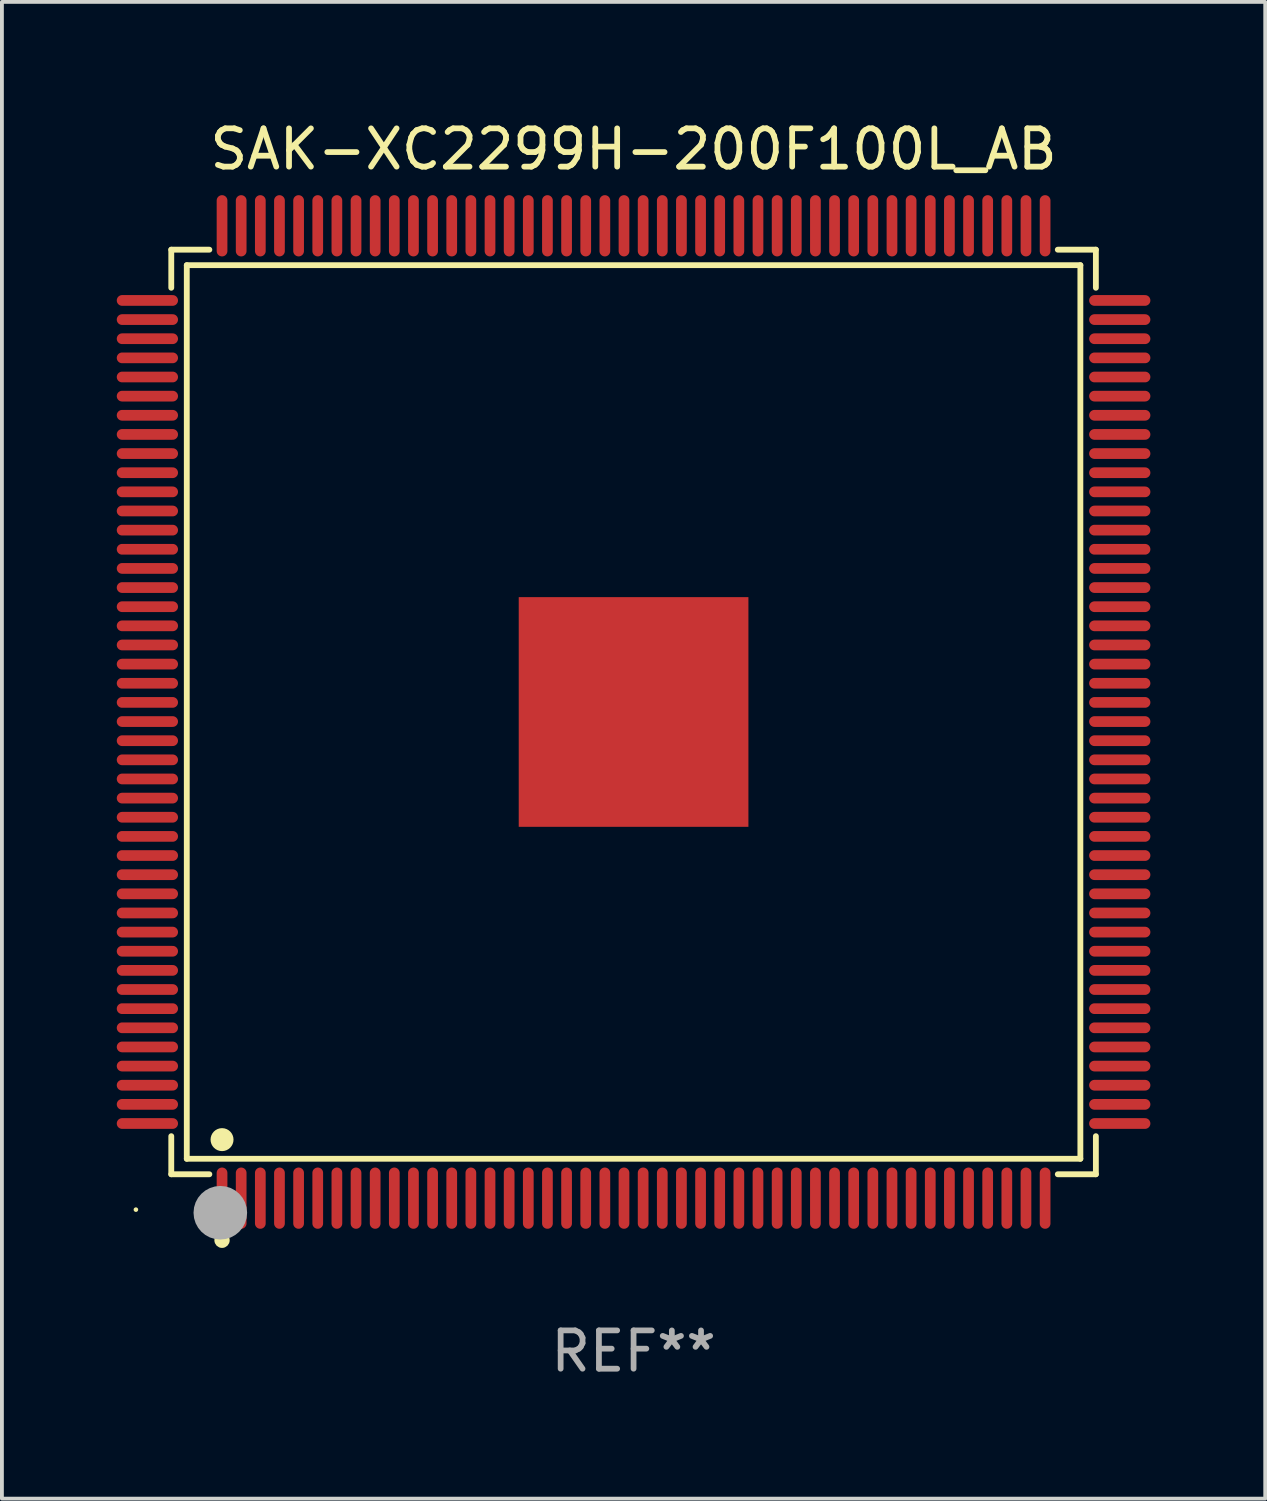
<source format=kicad_pcb>
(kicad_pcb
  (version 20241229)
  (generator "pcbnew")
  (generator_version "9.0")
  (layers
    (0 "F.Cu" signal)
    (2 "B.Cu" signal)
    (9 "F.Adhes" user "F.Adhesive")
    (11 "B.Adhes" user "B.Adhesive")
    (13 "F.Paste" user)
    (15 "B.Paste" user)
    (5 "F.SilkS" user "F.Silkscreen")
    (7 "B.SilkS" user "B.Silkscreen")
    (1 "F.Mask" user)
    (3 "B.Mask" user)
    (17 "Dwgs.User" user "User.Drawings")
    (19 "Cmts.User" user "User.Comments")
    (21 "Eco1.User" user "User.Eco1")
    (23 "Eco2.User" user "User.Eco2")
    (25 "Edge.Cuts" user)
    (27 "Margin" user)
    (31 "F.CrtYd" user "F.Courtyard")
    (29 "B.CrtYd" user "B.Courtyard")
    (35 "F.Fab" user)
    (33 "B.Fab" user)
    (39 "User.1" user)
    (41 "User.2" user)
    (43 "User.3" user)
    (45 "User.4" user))
  (footprint "SAK-XC2299H-200F100L_AB"
    (layer "F.Cu")
    (at 13.5 15.548)
    (property "Reference" "SAK-XC2299H-200F100L_AB" (at 0 -14.7 0) (layer "F.SilkS") (effects (font (size 1 1) (thickness 0.15))))
    (attr through_hole)
    (fp_line (start -12.076 -12.076) (end -11.081 -12.076) (stroke (width 0.152) (type solid)) (layer "F.SilkS"))
    (fp_line (start -12.076 -11.081) (end -12.076 -12.076) (stroke (width 0.152) (type solid)) (layer "F.SilkS"))
    (fp_line (start -12.076 11.081) (end -12.076 12.076) (stroke (width 0.152) (type solid)) (layer "F.SilkS"))
    (fp_line (start -12.076 12.076) (end -11.081 12.076) (stroke (width 0.152) (type solid)) (layer "F.SilkS"))
    (fp_line (start -11.671 -11.671) (end 11.671 -11.671) (stroke (width 0.152) (type solid)) (layer "F.SilkS"))
    (fp_line (start -11.671 11.671) (end -11.671 -11.671) (stroke (width 0.152) (type solid)) (layer "F.SilkS"))
    (fp_line (start 11.671 -11.671) (end 11.671 11.671) (stroke (width 0.152) (type solid)) (layer "F.SilkS"))
    (fp_line (start 11.671 11.671) (end -11.671 11.671) (stroke (width 0.152) (type solid)) (layer "F.SilkS"))
    (fp_line (start 12.076 -12.076) (end 11.081 -12.076) (stroke (width 0.152) (type solid)) (layer "F.SilkS"))
    (fp_line (start 12.076 -11.081) (end 12.076 -12.076) (stroke (width 0.152) (type solid)) (layer "F.SilkS"))
    (fp_line (start 12.076 11.081) (end 12.076 12.076) (stroke (width 0.152) (type solid)) (layer "F.SilkS"))
    (fp_line (start 12.076 12.076) (end 11.081 12.076) (stroke (width 0.152) (type solid)) (layer "F.SilkS"))
    (fp_circle (center -13 13) (end -12.97 13) (stroke (width 0.06) (type solid)) (fill no) (layer "F.SilkS"))
    (fp_circle (center -10.75 11.171) (end -10.6 11.171) (stroke (width 0.3) (type solid)) (fill no) (layer "F.SilkS"))
    (fp_circle (center -10.75 13.8) (end -10.65 13.8) (stroke (width 0.2) (type solid)) (fill no) (layer "F.SilkS"))
    (fp_circle (center -10.795 13.081) (end -10.445 13.081) (stroke (width 0.7) (type solid)) (fill no) (layer "F.Fab"))
    (fp_text user "REF**" (at 0 16.7 0) (layer "F.Fab") (effects (font (size 1 1) (thickness 0.15))))
    (pad "1" smd oval (at -10.75 12.7) (size 0.28 1.6) (layers "F.Cu" "F.Mask" "F.Paste"))
    (pad "2" smd oval (at -10.25 12.7) (size 0.28 1.6) (layers "F.Cu" "F.Mask" "F.Paste"))
    (pad "3" smd oval (at -9.75 12.7) (size 0.28 1.6) (layers "F.Cu" "F.Mask" "F.Paste"))
    (pad "4" smd oval (at -9.25 12.7) (size 0.28 1.6) (layers "F.Cu" "F.Mask" "F.Paste"))
    (pad "5" smd oval (at -8.75 12.7) (size 0.28 1.6) (layers "F.Cu" "F.Mask" "F.Paste"))
    (pad "6" smd oval (at -8.25 12.7) (size 0.28 1.6) (layers "F.Cu" "F.Mask" "F.Paste"))
    (pad "7" smd oval (at -7.75 12.7) (size 0.28 1.6) (layers "F.Cu" "F.Mask" "F.Paste"))
    (pad "8" smd oval (at -7.25 12.7) (size 0.28 1.6) (layers "F.Cu" "F.Mask" "F.Paste"))
    (pad "9" smd oval (at -6.75 12.7) (size 0.28 1.6) (layers "F.Cu" "F.Mask" "F.Paste"))
    (pad "10" smd oval (at -6.25 12.7) (size 0.28 1.6) (layers "F.Cu" "F.Mask" "F.Paste"))
    (pad "11" smd oval (at -5.75 12.7) (size 0.28 1.6) (layers "F.Cu" "F.Mask" "F.Paste"))
    (pad "12" smd oval (at -5.25 12.7) (size 0.28 1.6) (layers "F.Cu" "F.Mask" "F.Paste"))
    (pad "13" smd oval (at -4.75 12.7) (size 0.28 1.6) (layers "F.Cu" "F.Mask" "F.Paste"))
    (pad "14" smd oval (at -4.25 12.7) (size 0.28 1.6) (layers "F.Cu" "F.Mask" "F.Paste"))
    (pad "15" smd oval (at -3.75 12.7) (size 0.28 1.6) (layers "F.Cu" "F.Mask" "F.Paste"))
    (pad "16" smd oval (at -3.25 12.7) (size 0.28 1.6) (layers "F.Cu" "F.Mask" "F.Paste"))
    (pad "17" smd oval (at -2.75 12.7) (size 0.28 1.6) (layers "F.Cu" "F.Mask" "F.Paste"))
    (pad "18" smd oval (at -2.25 12.7) (size 0.28 1.6) (layers "F.Cu" "F.Mask" "F.Paste"))
    (pad "19" smd oval (at -1.75 12.7) (size 0.28 1.6) (layers "F.Cu" "F.Mask" "F.Paste"))
    (pad "20" smd oval (at -1.25 12.7) (size 0.28 1.6) (layers "F.Cu" "F.Mask" "F.Paste"))
    (pad "21" smd oval (at -0.75 12.7) (size 0.28 1.6) (layers "F.Cu" "F.Mask" "F.Paste"))
    (pad "22" smd oval (at -0.25 12.7) (size 0.28 1.6) (layers "F.Cu" "F.Mask" "F.Paste"))
    (pad "23" smd oval (at 0.25 12.7) (size 0.28 1.6) (layers "F.Cu" "F.Mask" "F.Paste"))
    (pad "24" smd oval (at 0.75 12.7) (size 0.28 1.6) (layers "F.Cu" "F.Mask" "F.Paste"))
    (pad "25" smd oval (at 1.25 12.7) (size 0.28 1.6) (layers "F.Cu" "F.Mask" "F.Paste"))
    (pad "26" smd oval (at 1.75 12.7) (size 0.28 1.6) (layers "F.Cu" "F.Mask" "F.Paste"))
    (pad "27" smd oval (at 2.25 12.7) (size 0.28 1.6) (layers "F.Cu" "F.Mask" "F.Paste"))
    (pad "28" smd oval (at 2.75 12.7) (size 0.28 1.6) (layers "F.Cu" "F.Mask" "F.Paste"))
    (pad "29" smd oval (at 3.25 12.7) (size 0.28 1.6) (layers "F.Cu" "F.Mask" "F.Paste"))
    (pad "30" smd oval (at 3.75 12.7) (size 0.28 1.6) (layers "F.Cu" "F.Mask" "F.Paste"))
    (pad "31" smd oval (at 4.25 12.7) (size 0.28 1.6) (layers "F.Cu" "F.Mask" "F.Paste"))
    (pad "32" smd oval (at 4.75 12.7) (size 0.28 1.6) (layers "F.Cu" "F.Mask" "F.Paste"))
    (pad "33" smd oval (at 5.25 12.7) (size 0.28 1.6) (layers "F.Cu" "F.Mask" "F.Paste"))
    (pad "34" smd oval (at 5.75 12.7) (size 0.28 1.6) (layers "F.Cu" "F.Mask" "F.Paste"))
    (pad "35" smd oval (at 6.25 12.7) (size 0.28 1.6) (layers "F.Cu" "F.Mask" "F.Paste"))
    (pad "36" smd oval (at 6.75 12.7) (size 0.28 1.6) (layers "F.Cu" "F.Mask" "F.Paste"))
    (pad "37" smd oval (at 7.25 12.7) (size 0.28 1.6) (layers "F.Cu" "F.Mask" "F.Paste"))
    (pad "38" smd oval (at 7.75 12.7) (size 0.28 1.6) (layers "F.Cu" "F.Mask" "F.Paste"))
    (pad "39" smd oval (at 8.25 12.7) (size 0.28 1.6) (layers "F.Cu" "F.Mask" "F.Paste"))
    (pad "40" smd oval (at 8.75 12.7) (size 0.28 1.6) (layers "F.Cu" "F.Mask" "F.Paste"))
    (pad "41" smd oval (at 9.25 12.7) (size 0.28 1.6) (layers "F.Cu" "F.Mask" "F.Paste"))
    (pad "42" smd oval (at 9.75 12.7) (size 0.28 1.6) (layers "F.Cu" "F.Mask" "F.Paste"))
    (pad "43" smd oval (at 10.25 12.7) (size 0.28 1.6) (layers "F.Cu" "F.Mask" "F.Paste"))
    (pad "44" smd oval (at 10.75 12.7) (size 0.28 1.6) (layers "F.Cu" "F.Mask" "F.Paste"))
    (pad "45" smd oval (at 12.7 10.75) (size 1.6 0.28) (layers "F.Cu" "F.Mask" "F.Paste"))
    (pad "46" smd oval (at 12.7 10.25) (size 1.6 0.28) (layers "F.Cu" "F.Mask" "F.Paste"))
    (pad "47" smd oval (at 12.7 9.75) (size 1.6 0.28) (layers "F.Cu" "F.Mask" "F.Paste"))
    (pad "48" smd oval (at 12.7 9.25) (size 1.6 0.28) (layers "F.Cu" "F.Mask" "F.Paste"))
    (pad "49" smd oval (at 12.7 8.75) (size 1.6 0.28) (layers "F.Cu" "F.Mask" "F.Paste"))
    (pad "50" smd oval (at 12.7 8.25) (size 1.6 0.28) (layers "F.Cu" "F.Mask" "F.Paste"))
    (pad "51" smd oval (at 12.7 7.75) (size 1.6 0.28) (layers "F.Cu" "F.Mask" "F.Paste"))
    (pad "52" smd oval (at 12.7 7.25) (size 1.6 0.28) (layers "F.Cu" "F.Mask" "F.Paste"))
    (pad "53" smd oval (at 12.7 6.75) (size 1.6 0.28) (layers "F.Cu" "F.Mask" "F.Paste"))
    (pad "54" smd oval (at 12.7 6.25) (size 1.6 0.28) (layers "F.Cu" "F.Mask" "F.Paste"))
    (pad "55" smd oval (at 12.7 5.75) (size 1.6 0.28) (layers "F.Cu" "F.Mask" "F.Paste"))
    (pad "56" smd oval (at 12.7 5.25) (size 1.6 0.28) (layers "F.Cu" "F.Mask" "F.Paste"))
    (pad "57" smd oval (at 12.7 4.75) (size 1.6 0.28) (layers "F.Cu" "F.Mask" "F.Paste"))
    (pad "58" smd oval (at 12.7 4.25) (size 1.6 0.28) (layers "F.Cu" "F.Mask" "F.Paste"))
    (pad "59" smd oval (at 12.7 3.75) (size 1.6 0.28) (layers "F.Cu" "F.Mask" "F.Paste"))
    (pad "60" smd oval (at 12.7 3.25) (size 1.6 0.28) (layers "F.Cu" "F.Mask" "F.Paste"))
    (pad "61" smd oval (at 12.7 2.75) (size 1.6 0.28) (layers "F.Cu" "F.Mask" "F.Paste"))
    (pad "62" smd oval (at 12.7 2.25) (size 1.6 0.28) (layers "F.Cu" "F.Mask" "F.Paste"))
    (pad "63" smd oval (at 12.7 1.75) (size 1.6 0.28) (layers "F.Cu" "F.Mask" "F.Paste"))
    (pad "64" smd oval (at 12.7 1.25) (size 1.6 0.28) (layers "F.Cu" "F.Mask" "F.Paste"))
    (pad "65" smd oval (at 12.7 0.75) (size 1.6 0.28) (layers "F.Cu" "F.Mask" "F.Paste"))
    (pad "66" smd oval (at 12.7 0.25) (size 1.6 0.28) (layers "F.Cu" "F.Mask" "F.Paste"))
    (pad "67" smd oval (at 12.7 -0.25) (size 1.6 0.28) (layers "F.Cu" "F.Mask" "F.Paste"))
    (pad "68" smd oval (at 12.7 -0.75) (size 1.6 0.28) (layers "F.Cu" "F.Mask" "F.Paste"))
    (pad "69" smd oval (at 12.7 -1.25) (size 1.6 0.28) (layers "F.Cu" "F.Mask" "F.Paste"))
    (pad "70" smd oval (at 12.7 -1.75) (size 1.6 0.28) (layers "F.Cu" "F.Mask" "F.Paste"))
    (pad "71" smd oval (at 12.7 -2.25) (size 1.6 0.28) (layers "F.Cu" "F.Mask" "F.Paste"))
    (pad "72" smd oval (at 12.7 -2.75) (size 1.6 0.28) (layers "F.Cu" "F.Mask" "F.Paste"))
    (pad "73" smd oval (at 12.7 -3.25) (size 1.6 0.28) (layers "F.Cu" "F.Mask" "F.Paste"))
    (pad "74" smd oval (at 12.7 -3.75) (size 1.6 0.28) (layers "F.Cu" "F.Mask" "F.Paste"))
    (pad "75" smd oval (at 12.7 -4.25) (size 1.6 0.28) (layers "F.Cu" "F.Mask" "F.Paste"))
    (pad "76" smd oval (at 12.7 -4.75) (size 1.6 0.28) (layers "F.Cu" "F.Mask" "F.Paste"))
    (pad "77" smd oval (at 12.7 -5.25) (size 1.6 0.28) (layers "F.Cu" "F.Mask" "F.Paste"))
    (pad "78" smd oval (at 12.7 -5.75) (size 1.6 0.28) (layers "F.Cu" "F.Mask" "F.Paste"))
    (pad "79" smd oval (at 12.7 -6.25) (size 1.6 0.28) (layers "F.Cu" "F.Mask" "F.Paste"))
    (pad "80" smd oval (at 12.7 -6.75) (size 1.6 0.28) (layers "F.Cu" "F.Mask" "F.Paste"))
    (pad "81" smd oval (at 12.7 -7.25) (size 1.6 0.28) (layers "F.Cu" "F.Mask" "F.Paste"))
    (pad "82" smd oval (at 12.7 -7.75) (size 1.6 0.28) (layers "F.Cu" "F.Mask" "F.Paste"))
    (pad "83" smd oval (at 12.7 -8.25) (size 1.6 0.28) (layers "F.Cu" "F.Mask" "F.Paste"))
    (pad "84" smd oval (at 12.7 -8.75) (size 1.6 0.28) (layers "F.Cu" "F.Mask" "F.Paste"))
    (pad "85" smd oval (at 12.7 -9.25) (size 1.6 0.28) (layers "F.Cu" "F.Mask" "F.Paste"))
    (pad "86" smd oval (at 12.7 -9.75) (size 1.6 0.28) (layers "F.Cu" "F.Mask" "F.Paste"))
    (pad "87" smd oval (at 12.7 -10.25) (size 1.6 0.28) (layers "F.Cu" "F.Mask" "F.Paste"))
    (pad "88" smd oval (at 12.7 -10.75) (size 1.6 0.28) (layers "F.Cu" "F.Mask" "F.Paste"))
    (pad "89" smd oval (at 10.75 -12.7) (size 0.28 1.6) (layers "F.Cu" "F.Mask" "F.Paste"))
    (pad "90" smd oval (at 10.25 -12.7) (size 0.28 1.6) (layers "F.Cu" "F.Mask" "F.Paste"))
    (pad "91" smd oval (at 9.75 -12.7) (size 0.28 1.6) (layers "F.Cu" "F.Mask" "F.Paste"))
    (pad "92" smd oval (at 9.25 -12.7) (size 0.28 1.6) (layers "F.Cu" "F.Mask" "F.Paste"))
    (pad "93" smd oval (at 8.75 -12.7) (size 0.28 1.6) (layers "F.Cu" "F.Mask" "F.Paste"))
    (pad "94" smd oval (at 8.25 -12.7) (size 0.28 1.6) (layers "F.Cu" "F.Mask" "F.Paste"))
    (pad "95" smd oval (at 7.75 -12.7) (size 0.28 1.6) (layers "F.Cu" "F.Mask" "F.Paste"))
    (pad "96" smd oval (at 7.25 -12.7) (size 0.28 1.6) (layers "F.Cu" "F.Mask" "F.Paste"))
    (pad "97" smd oval (at 6.75 -12.7) (size 0.28 1.6) (layers "F.Cu" "F.Mask" "F.Paste"))
    (pad "98" smd oval (at 6.25 -12.7) (size 0.28 1.6) (layers "F.Cu" "F.Mask" "F.Paste"))
    (pad "99" smd oval (at 5.75 -12.7) (size 0.28 1.6) (layers "F.Cu" "F.Mask" "F.Paste"))
    (pad "100" smd oval (at 5.25 -12.7) (size 0.28 1.6) (layers "F.Cu" "F.Mask" "F.Paste"))
    (pad "101" smd oval (at 4.75 -12.7) (size 0.28 1.6) (layers "F.Cu" "F.Mask" "F.Paste"))
    (pad "102" smd oval (at 4.25 -12.7) (size 0.28 1.6) (layers "F.Cu" "F.Mask" "F.Paste"))
    (pad "103" smd oval (at 3.75 -12.7) (size 0.28 1.6) (layers "F.Cu" "F.Mask" "F.Paste"))
    (pad "104" smd oval (at 3.25 -12.7) (size 0.28 1.6) (layers "F.Cu" "F.Mask" "F.Paste"))
    (pad "105" smd oval (at 2.75 -12.7) (size 0.28 1.6) (layers "F.Cu" "F.Mask" "F.Paste"))
    (pad "106" smd oval (at 2.25 -12.7) (size 0.28 1.6) (layers "F.Cu" "F.Mask" "F.Paste"))
    (pad "107" smd oval (at 1.75 -12.7) (size 0.28 1.6) (layers "F.Cu" "F.Mask" "F.Paste"))
    (pad "108" smd oval (at 1.25 -12.7) (size 0.28 1.6) (layers "F.Cu" "F.Mask" "F.Paste"))
    (pad "109" smd oval (at 0.75 -12.7) (size 0.28 1.6) (layers "F.Cu" "F.Mask" "F.Paste"))
    (pad "110" smd oval (at 0.25 -12.7) (size 0.28 1.6) (layers "F.Cu" "F.Mask" "F.Paste"))
    (pad "111" smd oval (at -0.25 -12.7) (size 0.28 1.6) (layers "F.Cu" "F.Mask" "F.Paste"))
    (pad "112" smd oval (at -0.75 -12.7) (size 0.28 1.6) (layers "F.Cu" "F.Mask" "F.Paste"))
    (pad "113" smd oval (at -1.25 -12.7) (size 0.28 1.6) (layers "F.Cu" "F.Mask" "F.Paste"))
    (pad "114" smd oval (at -1.75 -12.7) (size 0.28 1.6) (layers "F.Cu" "F.Mask" "F.Paste"))
    (pad "115" smd oval (at -2.25 -12.7) (size 0.28 1.6) (layers "F.Cu" "F.Mask" "F.Paste"))
    (pad "116" smd oval (at -2.75 -12.7) (size 0.28 1.6) (layers "F.Cu" "F.Mask" "F.Paste"))
    (pad "117" smd oval (at -3.25 -12.7) (size 0.28 1.6) (layers "F.Cu" "F.Mask" "F.Paste"))
    (pad "118" smd oval (at -3.75 -12.7) (size 0.28 1.6) (layers "F.Cu" "F.Mask" "F.Paste"))
    (pad "119" smd oval (at -4.25 -12.7) (size 0.28 1.6) (layers "F.Cu" "F.Mask" "F.Paste"))
    (pad "120" smd oval (at -4.75 -12.7) (size 0.28 1.6) (layers "F.Cu" "F.Mask" "F.Paste"))
    (pad "121" smd oval (at -5.25 -12.7) (size 0.28 1.6) (layers "F.Cu" "F.Mask" "F.Paste"))
    (pad "122" smd oval (at -5.75 -12.7) (size 0.28 1.6) (layers "F.Cu" "F.Mask" "F.Paste"))
    (pad "123" smd oval (at -6.25 -12.7) (size 0.28 1.6) (layers "F.Cu" "F.Mask" "F.Paste"))
    (pad "124" smd oval (at -6.75 -12.7) (size 0.28 1.6) (layers "F.Cu" "F.Mask" "F.Paste"))
    (pad "125" smd oval (at -7.25 -12.7) (size 0.28 1.6) (layers "F.Cu" "F.Mask" "F.Paste"))
    (pad "126" smd oval (at -7.75 -12.7) (size 0.28 1.6) (layers "F.Cu" "F.Mask" "F.Paste"))
    (pad "127" smd oval (at -8.25 -12.7) (size 0.28 1.6) (layers "F.Cu" "F.Mask" "F.Paste"))
    (pad "128" smd oval (at -8.75 -12.7) (size 0.28 1.6) (layers "F.Cu" "F.Mask" "F.Paste"))
    (pad "129" smd oval (at -9.25 -12.7) (size 0.28 1.6) (layers "F.Cu" "F.Mask" "F.Paste"))
    (pad "130" smd oval (at -9.75 -12.7) (size 0.28 1.6) (layers "F.Cu" "F.Mask" "F.Paste"))
    (pad "131" smd oval (at -10.25 -12.7) (size 0.28 1.6) (layers "F.Cu" "F.Mask" "F.Paste"))
    (pad "132" smd oval (at -10.75 -12.7) (size 0.28 1.6) (layers "F.Cu" "F.Mask" "F.Paste"))
    (pad "133" smd oval (at -12.7 -10.75) (size 1.6 0.28) (layers "F.Cu" "F.Mask" "F.Paste"))
    (pad "134" smd oval (at -12.7 -10.25) (size 1.6 0.28) (layers "F.Cu" "F.Mask" "F.Paste"))
    (pad "135" smd oval (at -12.7 -9.75) (size 1.6 0.28) (layers "F.Cu" "F.Mask" "F.Paste"))
    (pad "136" smd oval (at -12.7 -9.25) (size 1.6 0.28) (layers "F.Cu" "F.Mask" "F.Paste"))
    (pad "137" smd oval (at -12.7 -8.75) (size 1.6 0.28) (layers "F.Cu" "F.Mask" "F.Paste"))
    (pad "138" smd oval (at -12.7 -8.25) (size 1.6 0.28) (layers "F.Cu" "F.Mask" "F.Paste"))
    (pad "139" smd oval (at -12.7 -7.75) (size 1.6 0.28) (layers "F.Cu" "F.Mask" "F.Paste"))
    (pad "140" smd oval (at -12.7 -7.25) (size 1.6 0.28) (layers "F.Cu" "F.Mask" "F.Paste"))
    (pad "141" smd oval (at -12.7 -6.75) (size 1.6 0.28) (layers "F.Cu" "F.Mask" "F.Paste"))
    (pad "142" smd oval (at -12.7 -6.25) (size 1.6 0.28) (layers "F.Cu" "F.Mask" "F.Paste"))
    (pad "143" smd oval (at -12.7 -5.75) (size 1.6 0.28) (layers "F.Cu" "F.Mask" "F.Paste"))
    (pad "144" smd oval (at -12.7 -5.25) (size 1.6 0.28) (layers "F.Cu" "F.Mask" "F.Paste"))
    (pad "145" smd oval (at -12.7 -4.75) (size 1.6 0.28) (layers "F.Cu" "F.Mask" "F.Paste"))
    (pad "146" smd oval (at -12.7 -4.25) (size 1.6 0.28) (layers "F.Cu" "F.Mask" "F.Paste"))
    (pad "147" smd oval (at -12.7 -3.75) (size 1.6 0.28) (layers "F.Cu" "F.Mask" "F.Paste"))
    (pad "148" smd oval (at -12.7 -3.25) (size 1.6 0.28) (layers "F.Cu" "F.Mask" "F.Paste"))
    (pad "149" smd oval (at -12.7 -2.75) (size 1.6 0.28) (layers "F.Cu" "F.Mask" "F.Paste"))
    (pad "150" smd oval (at -12.7 -2.25) (size 1.6 0.28) (layers "F.Cu" "F.Mask" "F.Paste"))
    (pad "151" smd oval (at -12.7 -1.75) (size 1.6 0.28) (layers "F.Cu" "F.Mask" "F.Paste"))
    (pad "152" smd oval (at -12.7 -1.25) (size 1.6 0.28) (layers "F.Cu" "F.Mask" "F.Paste"))
    (pad "153" smd oval (at -12.7 -0.75) (size 1.6 0.28) (layers "F.Cu" "F.Mask" "F.Paste"))
    (pad "154" smd oval (at -12.7 -0.25) (size 1.6 0.28) (layers "F.Cu" "F.Mask" "F.Paste"))
    (pad "155" smd oval (at -12.7 0.25) (size 1.6 0.28) (layers "F.Cu" "F.Mask" "F.Paste"))
    (pad "156" smd oval (at -12.7 0.75) (size 1.6 0.28) (layers "F.Cu" "F.Mask" "F.Paste"))
    (pad "157" smd oval (at -12.7 1.25) (size 1.6 0.28) (layers "F.Cu" "F.Mask" "F.Paste"))
    (pad "158" smd oval (at -12.7 1.75) (size 1.6 0.28) (layers "F.Cu" "F.Mask" "F.Paste"))
    (pad "159" smd oval (at -12.7 2.25) (size 1.6 0.28) (layers "F.Cu" "F.Mask" "F.Paste"))
    (pad "160" smd oval (at -12.7 2.75) (size 1.6 0.28) (layers "F.Cu" "F.Mask" "F.Paste"))
    (pad "161" smd oval (at -12.7 3.25) (size 1.6 0.28) (layers "F.Cu" "F.Mask" "F.Paste"))
    (pad "162" smd oval (at -12.7 3.75) (size 1.6 0.28) (layers "F.Cu" "F.Mask" "F.Paste"))
    (pad "163" smd oval (at -12.7 4.25) (size 1.6 0.28) (layers "F.Cu" "F.Mask" "F.Paste"))
    (pad "164" smd oval (at -12.7 4.75) (size 1.6 0.28) (layers "F.Cu" "F.Mask" "F.Paste"))
    (pad "165" smd oval (at -12.7 5.25) (size 1.6 0.28) (layers "F.Cu" "F.Mask" "F.Paste"))
    (pad "166" smd oval (at -12.7 5.75) (size 1.6 0.28) (layers "F.Cu" "F.Mask" "F.Paste"))
    (pad "167" smd oval (at -12.7 6.25) (size 1.6 0.28) (layers "F.Cu" "F.Mask" "F.Paste"))
    (pad "168" smd oval (at -12.7 6.75) (size 1.6 0.28) (layers "F.Cu" "F.Mask" "F.Paste"))
    (pad "169" smd oval (at -12.7 7.25) (size 1.6 0.28) (layers "F.Cu" "F.Mask" "F.Paste"))
    (pad "170" smd oval (at -12.7 7.75) (size 1.6 0.28) (layers "F.Cu" "F.Mask" "F.Paste"))
    (pad "171" smd oval (at -12.7 8.25) (size 1.6 0.28) (layers "F.Cu" "F.Mask" "F.Paste"))
    (pad "172" smd oval (at -12.7 8.75) (size 1.6 0.28) (layers "F.Cu" "F.Mask" "F.Paste"))
    (pad "173" smd oval (at -12.7 9.25) (size 1.6 0.28) (layers "F.Cu" "F.Mask" "F.Paste"))
    (pad "174" smd oval (at -12.7 9.75) (size 1.6 0.28) (layers "F.Cu" "F.Mask" "F.Paste"))
    (pad "175" smd oval (at -12.7 10.25) (size 1.6 0.28) (layers "F.Cu" "F.Mask" "F.Paste"))
    (pad "176" smd oval (at -12.7 10.75) (size 1.6 0.28) (layers "F.Cu" "F.Mask" "F.Paste"))
    (pad "177" smd rect (at 0 0) (size 6 6) (layers "F.Cu" "F.Mask" "F.Paste")))
  (gr_rect
    (start -3 -3)
    (end 30 36.097)
    (stroke (width 0.1) (type default))
    (fill no)
    (layer "Edge.Cuts")))
</source>
